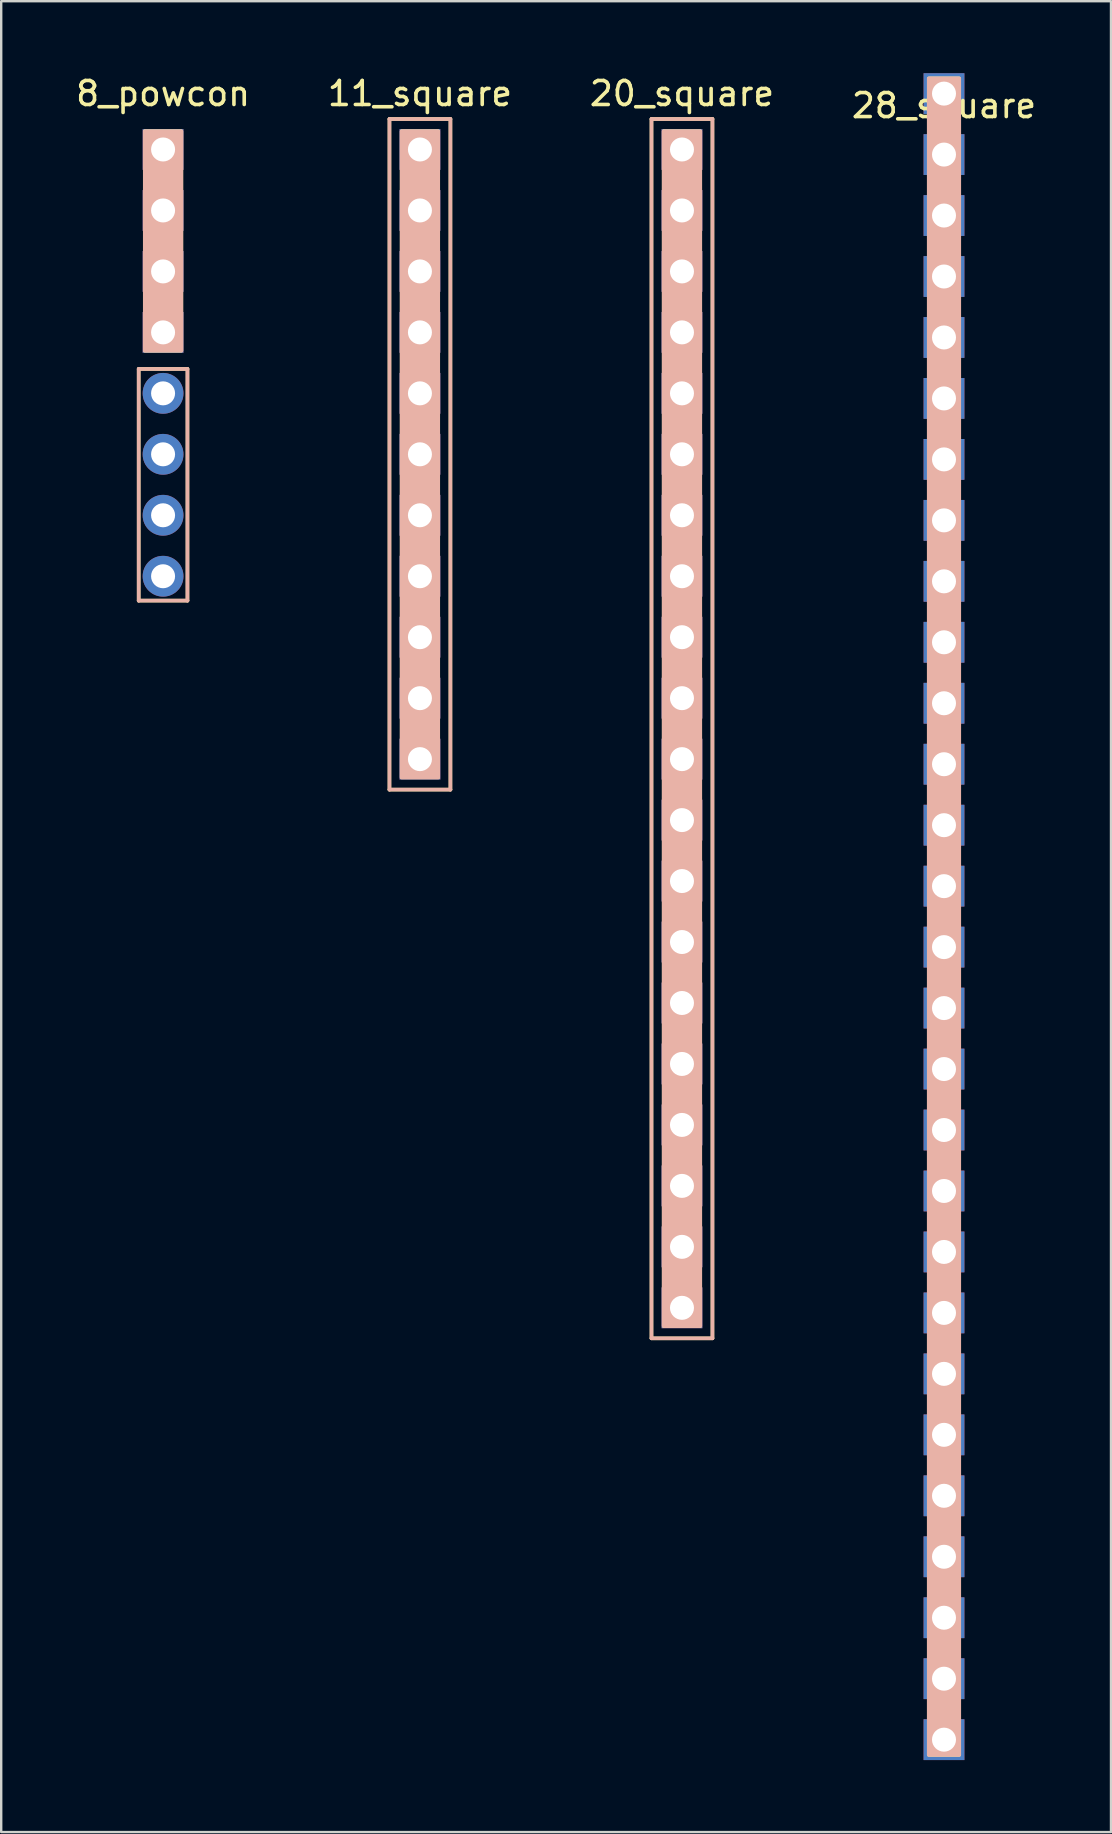
<source format=kicad_pcb>
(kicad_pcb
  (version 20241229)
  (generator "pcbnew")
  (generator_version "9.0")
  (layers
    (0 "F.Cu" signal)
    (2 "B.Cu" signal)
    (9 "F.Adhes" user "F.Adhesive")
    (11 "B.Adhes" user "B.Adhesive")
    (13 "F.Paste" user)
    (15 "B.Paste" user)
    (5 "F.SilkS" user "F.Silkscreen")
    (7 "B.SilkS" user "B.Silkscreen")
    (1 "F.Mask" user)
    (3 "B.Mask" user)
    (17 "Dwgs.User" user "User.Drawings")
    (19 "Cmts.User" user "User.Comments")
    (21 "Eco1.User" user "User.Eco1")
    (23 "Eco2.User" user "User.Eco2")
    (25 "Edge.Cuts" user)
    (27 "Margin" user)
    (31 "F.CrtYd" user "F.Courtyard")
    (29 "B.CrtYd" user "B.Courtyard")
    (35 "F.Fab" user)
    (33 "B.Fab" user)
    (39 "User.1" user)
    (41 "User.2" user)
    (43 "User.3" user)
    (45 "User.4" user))
  (footprint "20_square"
    (layer "F.Cu")
    (at 25.363 3.178)
    (property "Reference" "20_square" (at 0 -2.33 0) (layer "F.SilkS") (effects (font (size 1 1) (thickness 0.15))))
    (attr through_hole)
    (fp_line (start -1.27 -1.27) (end 1.27 -1.27) (stroke (width 0.15) (type solid)) (layer "F.SilkS"))
    (fp_line (start -1.27 49.53) (end -1.27 -1.27) (stroke (width 0.15) (type solid)) (layer "F.SilkS"))
    (fp_line (start 1.27 -1.27) (end 1.27 49.53) (stroke (width 0.15) (type solid)) (layer "F.SilkS"))
    (fp_line (start 1.27 49.53) (end -1.27 49.53) (stroke (width 0.15) (type solid)) (layer "F.SilkS"))
    (fp_poly (pts (xy -0.762 49.022) (xy 0.762 49.022) (xy 0.762 -0.762) (xy -0.762 -0.762)) (stroke (width 0.15) (type solid)) (fill yes) (layer "F.SilkS"))
    (fp_line (start -1.27 -1.27) (end 1.27 -1.27) (stroke (width 0.15) (type solid)) (layer "B.SilkS"))
    (fp_line (start -1.27 49.53) (end -1.27 -1.27) (stroke (width 0.15) (type solid)) (layer "B.SilkS"))
    (fp_line (start 1.27 -1.27) (end 1.27 49.53) (stroke (width 0.15) (type solid)) (layer "B.SilkS"))
    (fp_line (start 1.27 49.53) (end -1.27 49.53) (stroke (width 0.15) (type solid)) (layer "B.SilkS"))
    (fp_poly (pts (xy -0.762 -0.762) (xy 0.762 -0.762) (xy 0.762 49.022) (xy -0.762 49.022)) (stroke (width 0.15) (type solid)) (fill yes) (layer "B.SilkS"))
    (pad "1" thru_hole rect (at 0 0) (size 1.7 1.7) (drill 1) (layers "*.Cu" "*.Mask"))
    (pad "2" thru_hole rect (at 0 2.54) (size 1.7 1.7) (drill 1) (layers "*.Cu" "*.Mask"))
    (pad "3" thru_hole rect (at 0 5.08) (size 1.7 1.7) (drill 1) (layers "*.Cu" "*.Mask"))
    (pad "4" thru_hole rect (at 0 7.62) (size 1.7 1.7) (drill 1) (layers "*.Cu" "*.Mask"))
    (pad "5" thru_hole rect (at 0 10.16) (size 1.7 1.7) (drill 1) (layers "*.Cu" "*.Mask"))
    (pad "6" thru_hole rect (at 0 12.7) (size 1.7 1.7) (drill 1) (layers "*.Cu" "*.Mask"))
    (pad "7" thru_hole rect (at 0 15.24) (size 1.7 1.7) (drill 1) (layers "*.Cu" "*.Mask"))
    (pad "8" thru_hole rect (at 0 17.78) (size 1.7 1.7) (drill 1) (layers "*.Cu" "*.Mask"))
    (pad "9" thru_hole rect (at 0 20.32) (size 1.7 1.7) (drill 1) (layers "*.Cu" "*.Mask"))
    (pad "10" thru_hole rect (at 0 22.86) (size 1.7 1.7) (drill 1) (layers "*.Cu" "*.Mask"))
    (pad "11" thru_hole rect (at 0 25.4) (size 1.7 1.7) (drill 1) (layers "*.Cu" "*.Mask"))
    (pad "12" thru_hole rect (at 0 27.94) (size 1.7 1.7) (drill 1) (layers "*.Cu" "*.Mask"))
    (pad "13" thru_hole rect (at 0 30.48) (size 1.7 1.7) (drill 1) (layers "*.Cu" "*.Mask"))
    (pad "14" thru_hole rect (at 0 33.02) (size 1.7 1.7) (drill 1) (layers "*.Cu" "*.Mask"))
    (pad "15" thru_hole rect (at 0 35.56) (size 1.7 1.7) (drill 1) (layers "*.Cu" "*.Mask"))
    (pad "16" thru_hole rect (at 0 38.1) (size 1.7 1.7) (drill 1) (layers "*.Cu" "*.Mask"))
    (pad "17" thru_hole rect (at 0 40.64) (size 1.7 1.7) (drill 1) (layers "*.Cu" "*.Mask"))
    (pad "18" thru_hole rect (at 0 43.18) (size 1.7 1.7) (drill 1) (layers "*.Cu" "*.Mask"))
    (pad "19" thru_hole rect (at 0 45.72) (size 1.7 1.7) (drill 1) (layers "*.Cu" "*.Mask"))
    (pad "20" thru_hole rect (at 0 48.26) (size 1.7 1.7) (drill 1) (layers "*.Cu" "*.Mask")))
  (footprint "28_square"
    (layer "F.Cu")
    (at 36.28 0.85)
    (property "Reference" "28_square" (at 0 0.5 0) (layer "F.SilkS") (effects (font (size 1 1) (thickness 0.15))))
    (attr through_hole)
    (fp_poly (pts (xy -0.635 -0.635) (xy 0.635 -0.635) (xy 0.635 69.215) (xy -0.635 69.215)) (stroke (width 0.15) (type solid)) (fill yes) (layer "F.SilkS"))
    (fp_poly (pts (xy 0.635 69.215) (xy -0.635 69.215) (xy -0.635 -0.635) (xy 0.635 -0.635)) (stroke (width 0.15) (type solid)) (fill yes) (layer "B.SilkS"))
    (pad "1" thru_hole rect (at 0 0) (size 1.7 1.7) (drill 1) (layers "*.Cu" "*.Mask"))
    (pad "2" thru_hole rect (at 0 2.54) (size 1.7 1.7) (drill 1) (layers "*.Cu" "*.Mask"))
    (pad "3" thru_hole rect (at 0 5.08) (size 1.7 1.7) (drill 1) (layers "*.Cu" "*.Mask"))
    (pad "4" thru_hole rect (at 0 7.62) (size 1.7 1.7) (drill 1) (layers "*.Cu" "*.Mask"))
    (pad "5" thru_hole rect (at 0 10.16) (size 1.7 1.7) (drill 1) (layers "*.Cu" "*.Mask"))
    (pad "6" thru_hole rect (at 0 12.7) (size 1.7 1.7) (drill 1) (layers "*.Cu" "*.Mask"))
    (pad "7" thru_hole rect (at 0 15.24) (size 1.7 1.7) (drill 1) (layers "*.Cu" "*.Mask"))
    (pad "8" thru_hole rect (at 0 17.78) (size 1.7 1.7) (drill 1) (layers "*.Cu" "*.Mask"))
    (pad "9" thru_hole rect (at 0 20.32) (size 1.7 1.7) (drill 1) (layers "*.Cu" "*.Mask"))
    (pad "10" thru_hole rect (at 0 22.86) (size 1.7 1.7) (drill 1) (layers "*.Cu" "*.Mask"))
    (pad "11" thru_hole rect (at 0 25.4) (size 1.7 1.7) (drill 1) (layers "*.Cu" "*.Mask"))
    (pad "12" thru_hole rect (at 0 27.94) (size 1.7 1.7) (drill 1) (layers "*.Cu" "*.Mask"))
    (pad "13" thru_hole rect (at 0 30.48) (size 1.7 1.7) (drill 1) (layers "*.Cu" "*.Mask"))
    (pad "14" thru_hole rect (at 0 33.02) (size 1.7 1.7) (drill 1) (layers "*.Cu" "*.Mask"))
    (pad "15" thru_hole rect (at 0 35.56) (size 1.7 1.7) (drill 1) (layers "*.Cu" "*.Mask"))
    (pad "16" thru_hole rect (at 0 38.1) (size 1.7 1.7) (drill 1) (layers "*.Cu" "*.Mask"))
    (pad "17" thru_hole rect (at 0 40.64) (size 1.7 1.7) (drill 1) (layers "*.Cu" "*.Mask"))
    (pad "18" thru_hole rect (at 0 43.18) (size 1.7 1.7) (drill 1) (layers "*.Cu" "*.Mask"))
    (pad "19" thru_hole rect (at 0 45.72) (size 1.7 1.7) (drill 1) (layers "*.Cu" "*.Mask"))
    (pad "20" thru_hole rect (at 0 48.26) (size 1.7 1.7) (drill 1) (layers "*.Cu" "*.Mask"))
    (pad "21" thru_hole rect (at 0 50.8) (size 1.7 1.7) (drill 1) (layers "*.Cu" "*.Mask"))
    (pad "22" thru_hole rect (at 0 53.34) (size 1.7 1.7) (drill 1) (layers "*.Cu" "*.Mask"))
    (pad "23" thru_hole rect (at 0 55.88) (size 1.7 1.7) (drill 1) (layers "*.Cu" "*.Mask"))
    (pad "24" thru_hole rect (at 0 58.42) (size 1.7 1.7) (drill 1) (layers "*.Cu" "*.Mask"))
    (pad "25" thru_hole rect (at 0 60.96) (size 1.7 1.7) (drill 1) (layers "*.Cu" "*.Mask"))
    (pad "26" thru_hole rect (at 0 63.5) (size 1.7 1.7) (drill 1) (layers "*.Cu" "*.Mask"))
    (pad "27" thru_hole rect (at 0 66.04) (size 1.7 1.7) (drill 1) (layers "*.Cu" "*.Mask"))
    (pad "28" thru_hole rect (at 0 68.58) (size 1.7 1.7) (drill 1) (layers "*.Cu" "*.Mask")))
  (footprint "11_square"
    (layer "F.Cu")
    (at 14.446 3.178)
    (property "Reference" "11_square" (at 0 -2.33 0) (layer "F.SilkS") (effects (font (size 1 1) (thickness 0.15))))
    (attr through_hole)
    (fp_line (start -1.27 -1.27) (end 1.27 -1.27) (stroke (width 0.15) (type solid)) (layer "F.SilkS"))
    (fp_line (start -1.27 26.67) (end -1.27 -1.27) (stroke (width 0.15) (type solid)) (layer "F.SilkS"))
    (fp_line (start 1.27 -1.27) (end 1.27 26.67) (stroke (width 0.15) (type solid)) (layer "F.SilkS"))
    (fp_line (start 1.27 26.67) (end -1.27 26.67) (stroke (width 0.15) (type solid)) (layer "F.SilkS"))
    (fp_poly (pts (xy -0.762 -0.762) (xy 0.762 -0.762) (xy 0.762 26.162) (xy -0.762 26.162)) (stroke (width 0.15) (type solid)) (fill yes) (layer "F.SilkS"))
    (fp_line (start -1.27 -1.27) (end 1.27 -1.27) (stroke (width 0.15) (type solid)) (layer "B.SilkS"))
    (fp_line (start -1.27 26.67) (end -1.27 -1.27) (stroke (width 0.15) (type solid)) (layer "B.SilkS"))
    (fp_line (start 1.27 -1.27) (end 1.27 26.67) (stroke (width 0.15) (type solid)) (layer "B.SilkS"))
    (fp_line (start 1.27 26.67) (end -1.27 26.67) (stroke (width 0.15) (type solid)) (layer "B.SilkS"))
    (fp_poly (pts (xy -0.762 26.162) (xy 0.762 26.162) (xy 0.762 -0.762) (xy -0.762 -0.762)) (stroke (width 0.15) (type solid)) (fill yes) (layer "B.SilkS"))
    (pad "1" thru_hole rect (at 0 0) (size 1.7 1.7) (drill 1) (layers "*.Cu" "*.Mask"))
    (pad "2" thru_hole rect (at 0 2.54) (size 1.7 1.7) (drill 1) (layers "*.Cu" "*.Mask"))
    (pad "3" thru_hole rect (at 0 5.08) (size 1.7 1.7) (drill 1) (layers "*.Cu" "*.Mask"))
    (pad "4" thru_hole rect (at 0 7.62) (size 1.7 1.7) (drill 1) (layers "*.Cu" "*.Mask"))
    (pad "5" thru_hole rect (at 0 10.16) (size 1.7 1.7) (drill 1) (layers "*.Cu" "*.Mask"))
    (pad "6" thru_hole rect (at 0 12.7) (size 1.7 1.7) (drill 1) (layers "*.Cu" "*.Mask"))
    (pad "7" thru_hole rect (at 0 15.24) (size 1.7 1.7) (drill 1) (layers "*.Cu" "*.Mask"))
    (pad "8" thru_hole rect (at 0 17.78) (size 1.7 1.7) (drill 1) (layers "*.Cu" "*.Mask"))
    (pad "9" thru_hole rect (at 0 20.32) (size 1.7 1.7) (drill 1) (layers "*.Cu" "*.Mask"))
    (pad "10" thru_hole rect (at 0 22.86) (size 1.7 1.7) (drill 1) (layers "*.Cu" "*.Mask"))
    (pad "11" thru_hole rect (at 0 25.4) (size 1.7 1.7) (drill 1) (layers "*.Cu" "*.Mask")))
  (footprint "8_powcon"
    (layer "F.Cu")
    (at 3.744 3.178)
    (property "Reference" "8_powcon" (at 0 -2.33 0) (layer "F.SilkS") (effects (font (size 1 1) (thickness 0.15))))
    (attr through_hole)
    (fp_line (start -1.016 9.144) (end -1.016 18.796) (stroke (width 0.15) (type solid)) (layer "F.SilkS"))
    (fp_line (start -1.016 18.796) (end 1.016 18.796) (stroke (width 0.15) (type solid)) (layer "F.SilkS"))
    (fp_line (start 1.016 9.144) (end -1.016 9.144) (stroke (width 0.15) (type solid)) (layer "F.SilkS"))
    (fp_line (start 1.016 18.796) (end 1.016 9.144) (stroke (width 0.15) (type solid)) (layer "F.SilkS"))
    (fp_poly (pts (xy -0.762 -0.762) (xy -0.762 8.382) (xy 0.762 8.382) (xy 0.762 -0.762)) (stroke (width 0.15) (type solid)) (fill yes) (layer "F.SilkS"))
    (fp_line (start -1.016 9.144) (end -1.016 18.796) (stroke (width 0.15) (type solid)) (layer "B.SilkS"))
    (fp_line (start -1.016 18.796) (end 1.016 18.796) (stroke (width 0.15) (type solid)) (layer "B.SilkS"))
    (fp_line (start 1.016 9.144) (end -1.016 9.144) (stroke (width 0.15) (type solid)) (layer "B.SilkS"))
    (fp_line (start 1.016 18.796) (end 1.016 9.144) (stroke (width 0.15) (type solid)) (layer "B.SilkS"))
    (fp_poly (pts (xy -0.762 8.382) (xy 0.762 8.382) (xy 0.762 -0.762) (xy -0.762 -0.762)) (stroke (width 0.15) (type solid)) (fill yes) (layer "B.SilkS"))
    (pad "1" thru_hole rect (at 0 0) (size 1.7 1.7) (drill 1) (layers "*.Cu" "*.Mask"))
    (pad "2" thru_hole rect (at 0 2.54) (size 1.7 1.7) (drill 1) (layers "*.Cu" "*.Mask"))
    (pad "3" thru_hole rect (at 0 5.08) (size 1.7 1.7) (drill 1) (layers "*.Cu" "*.Mask"))
    (pad "4" thru_hole rect (at 0 7.62) (size 1.7 1.7) (drill 1) (layers "*.Cu" "*.Mask"))
    (pad "5" thru_hole oval (at 0 10.16) (size 1.7 1.7) (drill 1) (layers "*.Cu" "*.Mask"))
    (pad "6" thru_hole oval (at 0 12.7) (size 1.7 1.7) (drill 1) (layers "*.Cu" "*.Mask"))
    (pad "7" thru_hole oval (at 0 15.24) (size 1.7 1.7) (drill 1) (layers "*.Cu" "*.Mask"))
    (pad "8" thru_hole oval (at 0 17.78) (size 1.7 1.7) (drill 1) (layers "*.Cu" "*.Mask")))
  (gr_rect
    (start -3 -3)
    (end 43.238 73.28)
    (stroke (width 0.1) (type default))
    (fill no)
    (layer "Edge.Cuts")))
</source>
